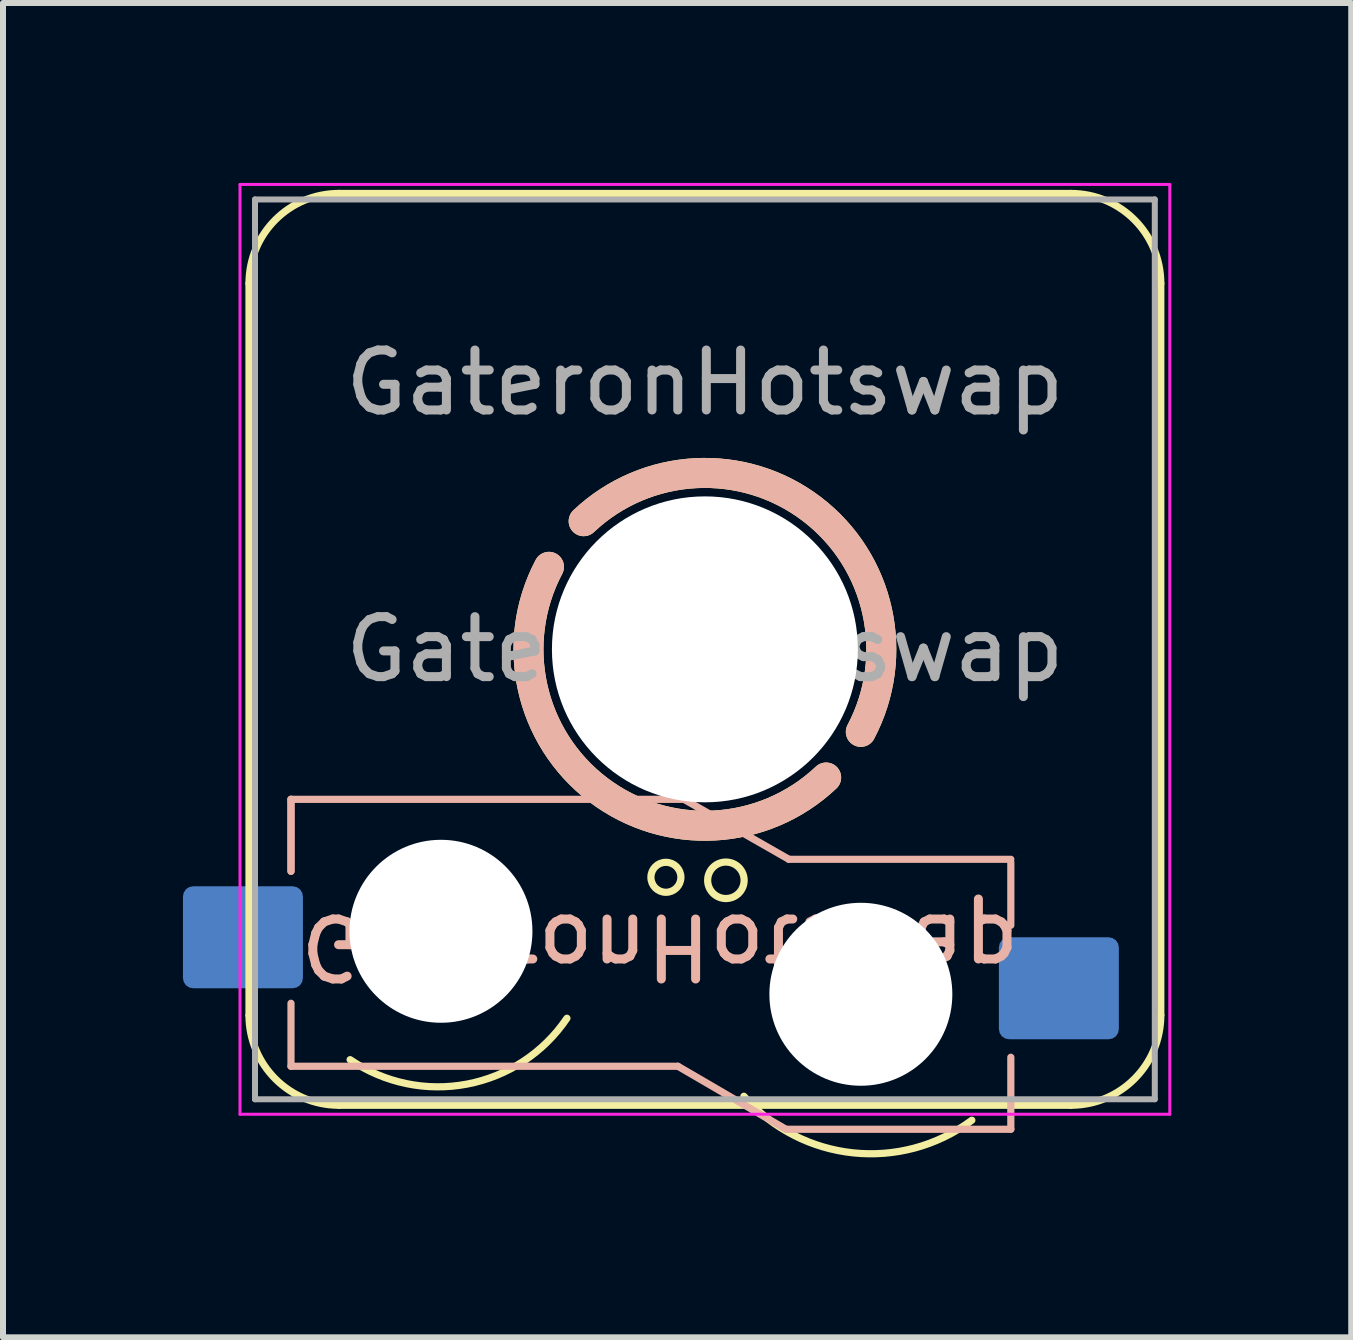
<source format=kicad_pcb>
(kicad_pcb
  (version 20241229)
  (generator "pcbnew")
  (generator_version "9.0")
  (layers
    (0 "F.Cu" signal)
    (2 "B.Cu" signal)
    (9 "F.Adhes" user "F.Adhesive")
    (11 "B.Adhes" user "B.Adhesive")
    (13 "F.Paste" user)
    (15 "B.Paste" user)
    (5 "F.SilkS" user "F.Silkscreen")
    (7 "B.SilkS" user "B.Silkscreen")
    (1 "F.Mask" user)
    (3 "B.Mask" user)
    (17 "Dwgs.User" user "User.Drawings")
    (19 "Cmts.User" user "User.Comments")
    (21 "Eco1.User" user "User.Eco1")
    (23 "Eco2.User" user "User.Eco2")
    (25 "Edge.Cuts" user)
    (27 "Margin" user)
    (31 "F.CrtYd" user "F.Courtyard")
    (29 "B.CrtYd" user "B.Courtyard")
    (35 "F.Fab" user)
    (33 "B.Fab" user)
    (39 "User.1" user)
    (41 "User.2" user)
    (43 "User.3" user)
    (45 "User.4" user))
  (footprint "GateronHotswap"
    (layer "F.Cu")
    (at 8.701 7.775)
    (property "Reference" "GateronHotswap" (at -0.75 4.95 180) (unlocked yes) (layer "B.SilkS") (effects (font (size 1 1) (thickness 0.15)) (justify mirror)))
    (attr smd)
    (fp_line (start -7.6 6.1) (end -7.6 -6.1) (stroke (width 0.12) (type solid)) (layer "F.SilkS"))
    (fp_line (start -6.1 -7.6) (end 6.1 -7.6) (stroke (width 0.12) (type solid)) (layer "F.SilkS"))
    (fp_line (start 6.1 7.6) (end -6.1 7.6) (stroke (width 0.12) (type solid)) (layer "F.SilkS"))
    (fp_line (start 7.6 6.1) (end 7.6 -6.1) (stroke (width 0.12) (type solid)) (layer "F.SilkS"))
    (fp_arc (start -7.599994 -6.100002) (mid -7.160654 -7.160662) (end -6.099994 -7.600002) (stroke (width 0.12) (type solid)) (layer "F.SilkS"))
    (fp_arc (start -6.099994 7.599998) (mid -7.160654 7.160658) (end -7.599994 6.099998) (stroke (width 0.12) (type solid)) (layer "F.SilkS"))
    (fp_arc (start -2.3 6.15) (mid -3.963556 7.247228) (end -5.914372 6.840236) (stroke (width 0.12) (type solid)) (layer "F.SilkS"))
    (fp_arc (start -2.021169 -2.136505) (mid 1.77975 -2.341424) (end 2.599465 1.375704) (stroke (width 0.5) (type solid)) (layer "F.SilkS"))
    (fp_arc (start 2.021175 2.136503) (mid -1.779744 2.341422) (end -2.599459 -1.375706) (stroke (width 0.5) (type solid)) (layer "F.SilkS"))
    (fp_arc (start 4.45 7.85) (mid 2.471719 8.393667) (end 0.65 7.45) (stroke (width 0.12) (type solid)) (layer "F.SilkS"))
    (fp_arc (start 6.100006 -7.600002) (mid 7.160666 -7.160662) (end 7.600006 -6.100002) (stroke (width 0.12) (type solid)) (layer "F.SilkS"))
    (fp_arc (start 7.600006 6.099998) (mid 7.160666 7.160658) (end 6.100006 7.599998) (stroke (width 0.12) (type solid)) (layer "F.SilkS"))
    (fp_circle (center -0.65 3.8) (end -0.9 3.8) (stroke (width 0.12) (type solid)) (fill no) (layer "F.SilkS"))
    (fp_circle (center 0.35 3.85) (end 0.05 3.8) (stroke (width 0.12) (type solid)) (fill no) (layer "F.SilkS"))
    (fp_line (start -6.9 2.5) (end -6.9 3.7) (stroke (width 0.12) (type solid)) (layer "B.SilkS"))
    (fp_line (start -6.9 2.5) (end -0.35 2.5) (stroke (width 0.12) (type solid)) (layer "B.SilkS"))
    (fp_line (start -6.9 3.7) (end -6.9 2.5) (stroke (width 0.12) (type solid)) (layer "B.SilkS"))
    (fp_line (start -6.9 6.95) (end -6.9 5.9) (stroke (width 0.12) (type solid)) (layer "B.SilkS"))
    (fp_line (start -0.45 6.95) (end -6.9 6.95) (stroke (width 0.12) (type solid)) (layer "B.SilkS"))
    (fp_line (start -0.35 2.5) (end 1.4 3.5) (stroke (width 0.12) (type solid)) (layer "B.SilkS"))
    (fp_line (start 1.35 8) (end -0.45 6.95) (stroke (width 0.12) (type solid)) (layer "B.SilkS"))
    (fp_line (start 1.4 3.5) (end 5.1 3.5) (stroke (width 0.12) (type solid)) (layer "B.SilkS"))
    (fp_line (start 5.1 3.55) (end 5.1 4.6) (stroke (width 0.12) (type solid)) (layer "B.SilkS"))
    (fp_line (start 5.1 6.8) (end 5.1 8) (stroke (width 0.12) (type solid)) (layer "B.SilkS"))
    (fp_line (start 5.1 8) (end 1.35 8) (stroke (width 0.12) (type solid)) (layer "B.SilkS"))
    (fp_arc (start -2.021169 -2.136505) (mid 1.77975 -2.341424) (end 2.599465 1.375704) (stroke (width 0.5) (type solid)) (layer "B.SilkS"))
    (fp_arc (start 2.021175 2.136503) (mid -1.779744 2.341422) (end -2.599459 -1.375706) (stroke (width 0.5) (type solid)) (layer "B.SilkS"))
    (fp_line (start -7.25 -7.25) (end -7.25 7.25) (stroke (width 0.1) (type solid)) (layer "Eco1.User"))
    (fp_line (start -7.25 7.25) (end 7.25 7.25) (stroke (width 0.1) (type solid)) (layer "Eco1.User"))
    (fp_line (start 7.25 -7.25) (end -7.25 -7.25) (stroke (width 0.1) (type solid)) (layer "Eco1.User"))
    (fp_line (start 7.25 7.25) (end 7.25 -7.25) (stroke (width 0.1) (type solid)) (layer "Eco1.User"))
    (fp_line (start -7.75 -7.75) (end -7.75 7.75) (stroke (width 0.05) (type solid)) (layer "F.CrtYd"))
    (fp_line (start -7.75 7.75) (end 7.75 7.75) (stroke (width 0.05) (type solid)) (layer "F.CrtYd"))
    (fp_line (start 7.75 -7.75) (end -7.75 -7.75) (stroke (width 0.05) (type solid)) (layer "F.CrtYd"))
    (fp_line (start 7.75 7.75) (end 7.75 -7.75) (stroke (width 0.05) (type solid)) (layer "F.CrtYd"))
    (fp_line (start -7.5 -7.5) (end -7.5 7.5) (stroke (width 0.1) (type solid)) (layer "F.Fab"))
    (fp_line (start -7.5 7.5) (end 7.5 7.5) (stroke (width 0.1) (type solid)) (layer "F.Fab"))
    (fp_line (start 7.5 -7.5) (end -7.5 -7.5) (stroke (width 0.1) (type solid)) (layer "F.Fab"))
    (fp_line (start 7.5 7.5) (end 7.5 -7.5) (stroke (width 0.1) (type solid)) (layer "F.Fab"))
    (fp_text user "${REFERENCE}" (at 0.000006 -0.000002 0) (layer "F.Fab") (effects (font (size 1 1) (thickness 0.15))))
    (fp_text user "${REFERENCE}" (at 0 -4.445 0) (unlocked yes) (layer "F.Fab") (effects (font (size 1 1) (thickness 0.15))))
    (pad "" np_thru_hole circle (at -4.4 4.7 180) (size 3.05 3.05) (drill 3.05) (layers "*.Cu" "*.Mask"))
    (pad "" np_thru_hole circle (at 0 0 180) (size 5.1 5.1) (drill 5.1) (layers "*.Cu" "*.Mask"))
    (pad "" np_thru_hole circle (at 2.6 5.75) (size 3.05 3.05) (drill 3.05) (layers "*.Cu" "*.Mask"))
    (pad "1" smd roundrect (at 5.901 5.65 180) (size 2 1.7) (layers "B.Cu" "B.Mask" "B.Paste") (roundrect_rratio 0.1))
    (pad "2" smd roundrect (at -7.701 4.8) (size 2 1.7) (layers "B.Cu" "B.Mask" "B.Paste") (roundrect_rratio 0.1)))
  (gr_rect
    (start -3 -3)
    (end 19.476 19.244)
    (stroke (width 0.1) (type default))
    (fill no)
    (layer "Edge.Cuts")))
</source>
